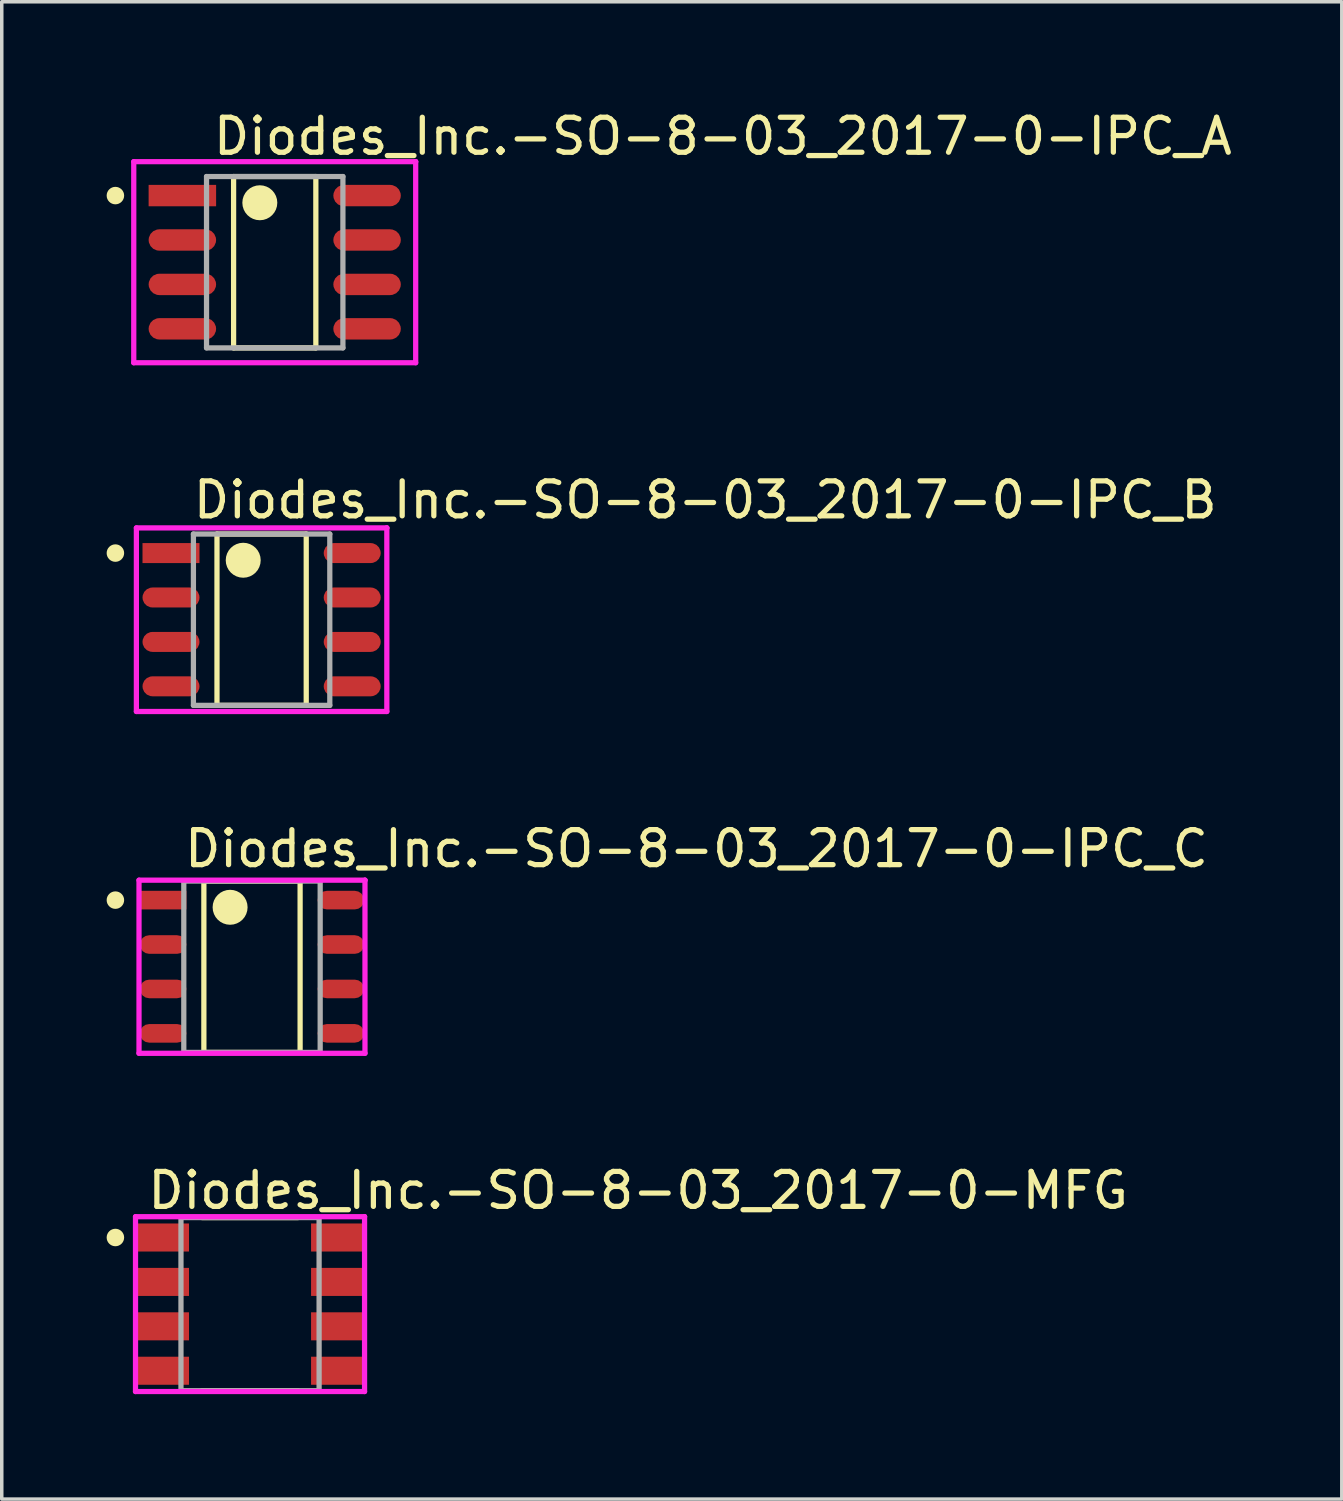
<source format=kicad_pcb>
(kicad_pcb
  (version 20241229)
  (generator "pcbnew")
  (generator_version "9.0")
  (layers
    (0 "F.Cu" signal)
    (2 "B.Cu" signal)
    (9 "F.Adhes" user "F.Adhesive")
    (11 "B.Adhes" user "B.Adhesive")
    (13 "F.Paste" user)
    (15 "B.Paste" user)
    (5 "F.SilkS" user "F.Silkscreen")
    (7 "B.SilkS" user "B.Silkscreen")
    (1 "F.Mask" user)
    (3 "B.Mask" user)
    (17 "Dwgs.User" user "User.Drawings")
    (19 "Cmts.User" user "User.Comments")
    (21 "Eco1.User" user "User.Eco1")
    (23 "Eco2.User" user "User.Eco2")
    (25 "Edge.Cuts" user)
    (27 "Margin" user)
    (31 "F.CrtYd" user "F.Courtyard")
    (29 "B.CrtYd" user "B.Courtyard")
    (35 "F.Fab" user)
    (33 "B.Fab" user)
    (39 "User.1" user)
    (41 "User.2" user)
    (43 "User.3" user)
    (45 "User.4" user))
  (footprint "Diodes_Inc.-SO-8-03_2017-0-IPC_A"
    (layer "F.Cu")
    (at 4.806 4.448)
    (property "Reference" "Diodes_Inc.-SO-8-03_2017-0-IPC_A" (at -1.831 -3.6 0) (layer "F.SilkS") (effects (font (size 1 1) (thickness 0.15)) (justify left)))
    (attr through_hole)
    (fp_line (start -1.176 -2.45) (end 1.176 -2.45) (stroke (width 0.15) (type solid)) (layer "F.SilkS"))
    (fp_line (start -1.176 2.45) (end -1.176 -2.45) (stroke (width 0.15) (type solid)) (layer "F.SilkS"))
    (fp_line (start 1.176 -2.45) (end 1.176 2.45) (stroke (width 0.15) (type solid)) (layer "F.SilkS"))
    (fp_line (start 1.176 2.45) (end -1.176 2.45) (stroke (width 0.15) (type solid)) (layer "F.SilkS"))
    (fp_circle (center -4.556 -1.905) (end -4.431 -1.905) (stroke (width 0.25) (type solid)) (fill no) (layer "F.SilkS"))
    (fp_circle (center -0.426 -1.7) (end -0.176 -1.7) (stroke (width 0.5) (type solid)) (fill no) (layer "F.SilkS"))
    (fp_line (start -4.031 -2.875) (end -4.031 2.875) (stroke (width 0.15) (type solid)) (layer "F.CrtYd"))
    (fp_line (start -4.031 2.875) (end 4.031 2.875) (stroke (width 0.15) (type solid)) (layer "F.CrtYd"))
    (fp_line (start 4.031 -2.875) (end -4.031 -2.875) (stroke (width 0.15) (type solid)) (layer "F.CrtYd"))
    (fp_line (start 4.031 -2.875) (end 4.031 -2.875) (stroke (width 0.15) (type solid)) (layer "F.CrtYd"))
    (fp_line (start 4.031 2.875) (end 4.031 -2.875) (stroke (width 0.15) (type solid)) (layer "F.CrtYd"))
    (fp_line (start -1.95 -2.45) (end 1.95 -2.45) (stroke (width 0.15) (type solid)) (layer "F.Fab"))
    (fp_line (start -1.95 2.45) (end -1.95 -2.45) (stroke (width 0.15) (type solid)) (layer "F.Fab"))
    (fp_line (start 1.95 -2.45) (end 1.95 2.45) (stroke (width 0.15) (type solid)) (layer "F.Fab"))
    (fp_line (start 1.95 2.45) (end -1.95 2.45) (stroke (width 0.15) (type solid)) (layer "F.Fab"))
    (pad "1" smd rect (at -2.641 -1.905) (size 1.93 0.612) (layers "F.Cu" "F.Mask" "F.Paste"))
    (pad "2" smd roundrect (at -2.641 -0.635) (size 1.93 0.612) (layers "F.Cu" "F.Mask" "F.Paste") (roundrect_rratio 0.5))
    (pad "3" smd roundrect (at -2.641 0.635) (size 1.93 0.612) (layers "F.Cu" "F.Mask" "F.Paste") (roundrect_rratio 0.5))
    (pad "4" smd roundrect (at -2.641 1.905) (size 1.93 0.612) (layers "F.Cu" "F.Mask" "F.Paste") (roundrect_rratio 0.5))
    (pad "5" smd roundrect (at 2.641 1.905) (size 1.93 0.612) (layers "F.Cu" "F.Mask" "F.Paste") (roundrect_rratio 0.5))
    (pad "6" smd roundrect (at 2.641 0.635) (size 1.93 0.612) (layers "F.Cu" "F.Mask" "F.Paste") (roundrect_rratio 0.5))
    (pad "7" smd roundrect (at 2.641 -0.635) (size 1.93 0.612) (layers "F.Cu" "F.Mask" "F.Paste") (roundrect_rratio 0.5))
    (pad "8" smd roundrect (at 2.641 -1.905) (size 1.93 0.612) (layers "F.Cu" "F.Mask" "F.Paste") (roundrect_rratio 0.5)))
  (footprint "Diodes_Inc.-SO-8-03_2017-0-IPC_C"
    (layer "F.Cu")
    (at 4.156 24.595)
    (property "Reference" "Diodes_Inc.-SO-8-03_2017-0-IPC_C" (at -2.006 -3.375 0) (layer "F.SilkS") (effects (font (size 1 1) (thickness 0.15)) (justify left)))
    (attr through_hole)
    (fp_line (start -1.376 -2.45) (end 1.376 -2.45) (stroke (width 0.15) (type solid)) (layer "F.SilkS"))
    (fp_line (start -1.376 2.45) (end -1.376 -2.45) (stroke (width 0.15) (type solid)) (layer "F.SilkS"))
    (fp_line (start 1.376 -2.45) (end 1.376 2.45) (stroke (width 0.15) (type solid)) (layer "F.SilkS"))
    (fp_line (start 1.376 2.45) (end -1.376 2.45) (stroke (width 0.15) (type solid)) (layer "F.SilkS"))
    (fp_circle (center -3.906 -1.905) (end -3.781 -1.905) (stroke (width 0.25) (type solid)) (fill no) (layer "F.SilkS"))
    (fp_circle (center -0.626 -1.7) (end -0.376 -1.7) (stroke (width 0.5) (type solid)) (fill no) (layer "F.SilkS"))
    (fp_line (start -3.231 -2.475) (end -3.231 2.475) (stroke (width 0.15) (type solid)) (layer "F.CrtYd"))
    (fp_line (start -3.231 2.475) (end 3.231 2.475) (stroke (width 0.15) (type solid)) (layer "F.CrtYd"))
    (fp_line (start 3.231 -2.475) (end -3.231 -2.475) (stroke (width 0.15) (type solid)) (layer "F.CrtYd"))
    (fp_line (start 3.231 -2.475) (end 3.231 -2.475) (stroke (width 0.15) (type solid)) (layer "F.CrtYd"))
    (fp_line (start 3.231 2.475) (end 3.231 -2.475) (stroke (width 0.15) (type solid)) (layer "F.CrtYd"))
    (fp_line (start -1.95 -2.45) (end 1.95 -2.45) (stroke (width 0.15) (type solid)) (layer "F.Fab"))
    (fp_line (start -1.95 2.45) (end -1.95 -2.45) (stroke (width 0.15) (type solid)) (layer "F.Fab"))
    (fp_line (start 1.95 -2.45) (end 1.95 2.45) (stroke (width 0.15) (type solid)) (layer "F.Fab"))
    (fp_line (start 1.95 2.45) (end -1.95 2.45) (stroke (width 0.15) (type solid)) (layer "F.Fab"))
    (pad "1" smd rect (at -2.541 -1.905) (size 1.33 0.532) (layers "F.Cu" "F.Mask" "F.Paste"))
    (pad "2" smd roundrect (at -2.541 -0.635) (size 1.33 0.532) (layers "F.Cu" "F.Mask" "F.Paste") (roundrect_rratio 0.5))
    (pad "3" smd roundrect (at -2.541 0.635) (size 1.33 0.532) (layers "F.Cu" "F.Mask" "F.Paste") (roundrect_rratio 0.5))
    (pad "4" smd roundrect (at -2.541 1.905) (size 1.33 0.532) (layers "F.Cu" "F.Mask" "F.Paste") (roundrect_rratio 0.5))
    (pad "5" smd roundrect (at 2.541 1.905) (size 1.33 0.532) (layers "F.Cu" "F.Mask" "F.Paste") (roundrect_rratio 0.5))
    (pad "6" smd roundrect (at 2.541 0.635) (size 1.33 0.532) (layers "F.Cu" "F.Mask" "F.Paste") (roundrect_rratio 0.5))
    (pad "7" smd roundrect (at 2.541 -0.635) (size 1.33 0.532) (layers "F.Cu" "F.Mask" "F.Paste") (roundrect_rratio 0.5))
    (pad "8" smd roundrect (at 2.541 -1.905) (size 1.33 0.532) (layers "F.Cu" "F.Mask" "F.Paste") (roundrect_rratio 0.5)))
  (footprint "Diodes_Inc.-SO-8-03_2017-0-MFG"
    (layer "F.Cu")
    (at 4.1 34.243)
    (property "Reference" "Diodes_Inc.-SO-8-03_2017-0-MFG" (at -3 -3.25 0) (layer "F.SilkS") (effects (font (size 1 1) (thickness 0.15)) (justify left)))
    (attr through_hole)
    (fp_line (start -1.37 -2.475) (end 1.37 -2.475) (stroke (width 0.15) (type solid)) (layer "F.SilkS"))
    (fp_line (start -1.37 2.475) (end 1.37 2.475) (stroke (width 0.15) (type solid)) (layer "F.SilkS"))
    (fp_circle (center -3.85 -1.905) (end -3.725 -1.905) (stroke (width 0.25) (type solid)) (fill no) (layer "F.SilkS"))
    (fp_line (start -3.275 -2.5) (end -3.275 2.5) (stroke (width 0.15) (type solid)) (layer "F.CrtYd"))
    (fp_line (start -3.275 2.5) (end 3.275 2.5) (stroke (width 0.15) (type solid)) (layer "F.CrtYd"))
    (fp_line (start 3.275 -2.5) (end -3.275 -2.5) (stroke (width 0.15) (type solid)) (layer "F.CrtYd"))
    (fp_line (start 3.275 -2.5) (end 3.275 -2.5) (stroke (width 0.15) (type solid)) (layer "F.CrtYd"))
    (fp_line (start 3.275 2.5) (end 3.275 -2.5) (stroke (width 0.15) (type solid)) (layer "F.CrtYd"))
    (fp_line (start -1.975 -2.475) (end 1.975 -2.475) (stroke (width 0.15) (type solid)) (layer "F.Fab"))
    (fp_line (start -1.975 2.475) (end -1.975 -2.475) (stroke (width 0.15) (type solid)) (layer "F.Fab"))
    (fp_line (start 1.975 -2.475) (end 1.975 2.475) (stroke (width 0.15) (type solid)) (layer "F.Fab"))
    (fp_line (start 1.975 2.475) (end -1.975 2.475) (stroke (width 0.15) (type solid)) (layer "F.Fab"))
    (pad "1" smd rect (at -2.498 -1.905) (size 1.505 0.802) (layers "F.Cu" "F.Mask" "F.Paste"))
    (pad "2" smd rect (at -2.498 -0.635) (size 1.505 0.802) (layers "F.Cu" "F.Mask" "F.Paste"))
    (pad "3" smd rect (at -2.498 0.635) (size 1.505 0.802) (layers "F.Cu" "F.Mask" "F.Paste"))
    (pad "4" smd rect (at -2.498 1.905) (size 1.505 0.802) (layers "F.Cu" "F.Mask" "F.Paste"))
    (pad "5" smd rect (at 2.498 1.905) (size 1.505 0.802) (layers "F.Cu" "F.Mask" "F.Paste"))
    (pad "6" smd rect (at 2.498 0.635) (size 1.505 0.802) (layers "F.Cu" "F.Mask" "F.Paste"))
    (pad "7" smd rect (at 2.498 -0.635) (size 1.505 0.802) (layers "F.Cu" "F.Mask" "F.Paste"))
    (pad "8" smd rect (at 2.498 -1.905) (size 1.505 0.802) (layers "F.Cu" "F.Mask" "F.Paste")))
  (footprint "Diodes_Inc.-SO-8-03_2017-0-IPC_B"
    (layer "F.Cu")
    (at 4.431 14.671)
    (property "Reference" "Diodes_Inc.-SO-8-03_2017-0-IPC_B" (at -2.031 -3.425 0) (layer "F.SilkS") (effects (font (size 1 1) (thickness 0.15)) (justify left)))
    (attr through_hole)
    (fp_line (start -1.276 -2.45) (end 1.276 -2.45) (stroke (width 0.15) (type solid)) (layer "F.SilkS"))
    (fp_line (start -1.276 2.45) (end -1.276 -2.45) (stroke (width 0.15) (type solid)) (layer "F.SilkS"))
    (fp_line (start 1.276 -2.45) (end 1.276 2.45) (stroke (width 0.15) (type solid)) (layer "F.SilkS"))
    (fp_line (start 1.276 2.45) (end -1.276 2.45) (stroke (width 0.15) (type solid)) (layer "F.SilkS"))
    (fp_circle (center -4.181 -1.905) (end -4.056 -1.905) (stroke (width 0.25) (type solid)) (fill no) (layer "F.SilkS"))
    (fp_circle (center -0.526 -1.7) (end -0.276 -1.7) (stroke (width 0.5) (type solid)) (fill no) (layer "F.SilkS"))
    (fp_line (start -3.581 -2.625) (end -3.581 2.625) (stroke (width 0.15) (type solid)) (layer "F.CrtYd"))
    (fp_line (start -3.581 2.625) (end 3.581 2.625) (stroke (width 0.15) (type solid)) (layer "F.CrtYd"))
    (fp_line (start 3.581 -2.625) (end -3.581 -2.625) (stroke (width 0.15) (type solid)) (layer "F.CrtYd"))
    (fp_line (start 3.581 -2.625) (end 3.581 -2.625) (stroke (width 0.15) (type solid)) (layer "F.CrtYd"))
    (fp_line (start 3.581 2.625) (end 3.581 -2.625) (stroke (width 0.15) (type solid)) (layer "F.CrtYd"))
    (fp_line (start -1.95 -2.45) (end 1.95 -2.45) (stroke (width 0.15) (type solid)) (layer "F.Fab"))
    (fp_line (start -1.95 2.45) (end -1.95 -2.45) (stroke (width 0.15) (type solid)) (layer "F.Fab"))
    (fp_line (start 1.95 -2.45) (end 1.95 2.45) (stroke (width 0.15) (type solid)) (layer "F.Fab"))
    (fp_line (start 1.95 2.45) (end -1.95 2.45) (stroke (width 0.15) (type solid)) (layer "F.Fab"))
    (pad "1" smd rect (at -2.591 -1.905) (size 1.63 0.572) (layers "F.Cu" "F.Mask" "F.Paste"))
    (pad "2" smd roundrect (at -2.591 -0.635) (size 1.63 0.572) (layers "F.Cu" "F.Mask" "F.Paste") (roundrect_rratio 0.5))
    (pad "3" smd roundrect (at -2.591 0.635) (size 1.63 0.572) (layers "F.Cu" "F.Mask" "F.Paste") (roundrect_rratio 0.5))
    (pad "4" smd roundrect (at -2.591 1.905) (size 1.63 0.572) (layers "F.Cu" "F.Mask" "F.Paste") (roundrect_rratio 0.5))
    (pad "5" smd roundrect (at 2.591 1.905) (size 1.63 0.572) (layers "F.Cu" "F.Mask" "F.Paste") (roundrect_rratio 0.5))
    (pad "6" smd roundrect (at 2.591 0.635) (size 1.63 0.572) (layers "F.Cu" "F.Mask" "F.Paste") (roundrect_rratio 0.5))
    (pad "7" smd roundrect (at 2.591 -0.635) (size 1.63 0.572) (layers "F.Cu" "F.Mask" "F.Paste") (roundrect_rratio 0.5))
    (pad "8" smd roundrect (at 2.591 -1.905) (size 1.63 0.572) (layers "F.Cu" "F.Mask" "F.Paste") (roundrect_rratio 0.5)))
  (gr_rect
    (start -3 -3)
    (end 35.32 39.818)
    (stroke (width 0.1) (type default))
    (fill no)
    (layer "Edge.Cuts")))
</source>
